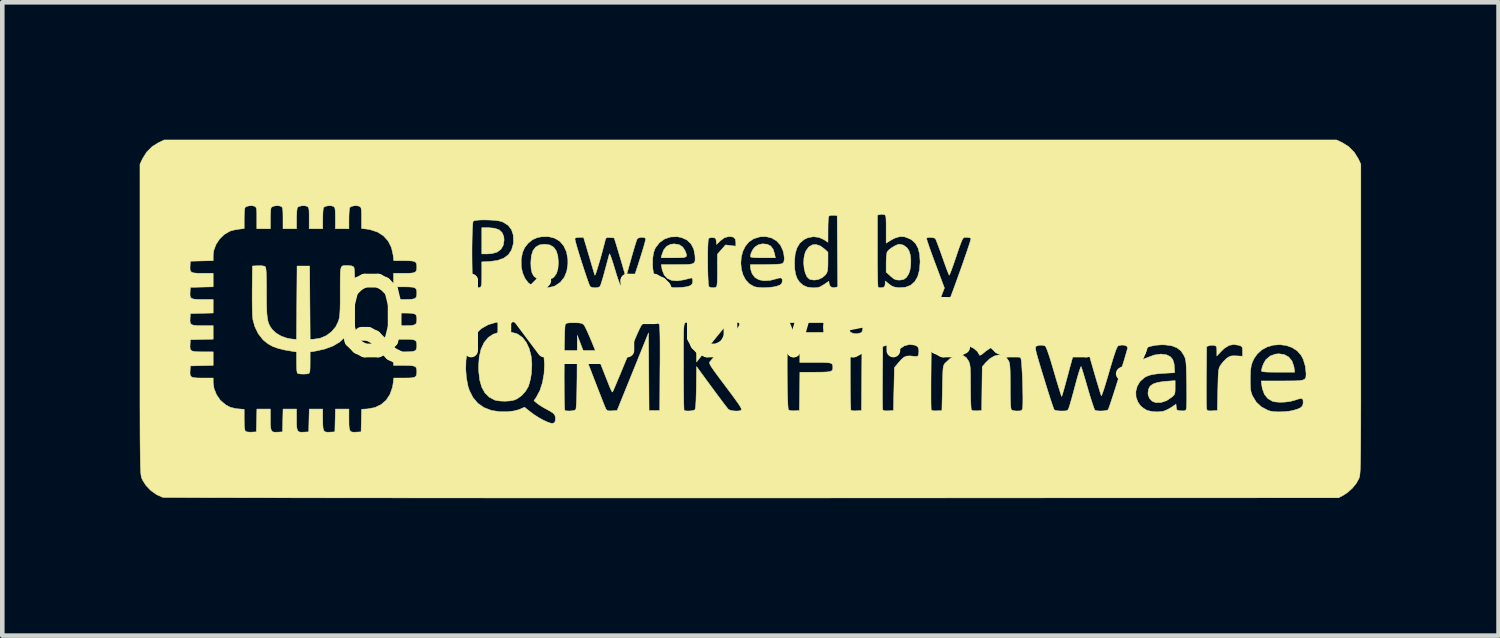
<source format=kicad_pcb>
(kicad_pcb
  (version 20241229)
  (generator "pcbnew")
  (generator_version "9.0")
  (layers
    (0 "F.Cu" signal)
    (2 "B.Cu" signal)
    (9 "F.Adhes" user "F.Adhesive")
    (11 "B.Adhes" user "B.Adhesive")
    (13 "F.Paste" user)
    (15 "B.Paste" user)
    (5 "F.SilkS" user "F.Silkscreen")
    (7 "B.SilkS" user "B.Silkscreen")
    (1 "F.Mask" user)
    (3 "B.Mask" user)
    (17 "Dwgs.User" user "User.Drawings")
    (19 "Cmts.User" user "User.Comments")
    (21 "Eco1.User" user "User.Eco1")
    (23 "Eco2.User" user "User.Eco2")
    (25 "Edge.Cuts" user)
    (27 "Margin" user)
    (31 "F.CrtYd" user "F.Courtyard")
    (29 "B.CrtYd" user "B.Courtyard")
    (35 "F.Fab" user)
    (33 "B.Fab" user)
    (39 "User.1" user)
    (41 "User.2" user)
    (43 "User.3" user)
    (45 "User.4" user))
  (footprint "QMK_PoweredBy"
    (layer "F.Cu")
    (at 13.329 3.91)
    (property "Reference" "QMK_PoweredBy" (at 0 0 0) (layer "F.SilkS") (effects (font (size 1.524 1.524) (thickness 0.3))))
    (attr exclude_from_pos_files exclude_from_bom)
    (fp_poly (pts (xy -5.581 -1.978) (xy -5.483 -1.943) (xy -5.418 -1.882) (xy -5.383 -1.796) (xy -5.376 -1.721) (xy -5.394 -1.608) (xy -5.444 -1.52) (xy -5.527 -1.458) (xy -5.64 -1.425) (xy -5.731 -1.418) (xy -5.863 -1.418) (xy -5.863 -1.99) (xy -5.714 -1.99) (xy -5.581 -1.978)) (stroke (width 0.01) (type solid)) (fill yes) (layer "F.SilkS"))
    (fp_poly (pts (xy -1.557 -1.62) (xy -1.478 -1.569) (xy -1.427 -1.491) (xy -1.403 -1.43) (xy -1.393 -1.387) (xy -1.402 -1.36) (xy -1.436 -1.343) (xy -1.499 -1.336) (xy -1.596 -1.334) (xy -1.673 -1.333) (xy -1.948 -1.333) (xy -1.934 -1.392) (xy -1.892 -1.506) (xy -1.828 -1.584) (xy -1.742 -1.627) (xy -1.662 -1.637) (xy -1.557 -1.62)) (stroke (width 0.01) (type solid)) (fill yes) (layer "F.SilkS"))
    (fp_poly (pts (xy 0.364 -1.629) (xy 0.365 -1.629) (xy 0.443 -1.59) (xy 0.497 -1.52) (xy 0.529 -1.417) (xy 0.545 -1.333) (xy 0.272 -1.333) (xy 0.158 -1.334) (xy 0.079 -1.337) (xy 0.031 -1.343) (xy 0.006 -1.352) (xy 0 -1.364) (xy 0.013 -1.429) (xy 0.048 -1.503) (xy 0.09 -1.561) (xy 0.166 -1.614) (xy 0.262 -1.638) (xy 0.364 -1.629)) (stroke (width 0.01) (type solid)) (fill yes) (layer "F.SilkS"))
    (fp_poly (pts (xy 9.271 1.498) (xy 9.27 1.577) (xy 9.263 1.628) (xy 9.247 1.662) (xy 9.217 1.692) (xy 9.205 1.703) (xy 9.082 1.786) (xy 8.96 1.826) (xy 8.844 1.827) (xy 8.767 1.795) (xy 8.709 1.733) (xy 8.68 1.65) (xy 8.678 1.621) (xy 8.689 1.536) (xy 8.724 1.47) (xy 8.787 1.422) (xy 8.882 1.389) (xy 9.012 1.368) (xy 9.08 1.362) (xy 9.271 1.348) (xy 9.271 1.498)) (stroke (width 0.01) (type solid)) (fill yes) (layer "F.SilkS"))
    (fp_poly (pts (xy 11.655 0.78) (xy 11.75 0.833) (xy 11.82 0.918) (xy 11.861 1.033) (xy 11.867 1.066) (xy 11.88 1.164) (xy 11.518 1.164) (xy 11.378 1.163) (xy 11.277 1.161) (xy 11.209 1.156) (xy 11.17 1.149) (xy 11.155 1.14) (xy 11.155 1.138) (xy 11.168 1.062) (xy 11.201 0.976) (xy 11.245 0.9) (xy 11.255 0.887) (xy 11.346 0.81) (xy 11.459 0.769) (xy 11.537 0.762) (xy 11.655 0.78)) (stroke (width 0.01) (type solid)) (fill yes) (layer "F.SilkS"))
    (fp_poly (pts (xy -4.381 -1.614) (xy -4.297 -1.567) (xy -4.238 -1.487) (xy -4.203 -1.373) (xy -4.191 -1.231) (xy -4.201 -1.095) (xy -4.232 -0.991) (xy -4.285 -0.916) (xy -4.315 -0.892) (xy -4.398 -0.853) (xy -4.492 -0.837) (xy -4.573 -0.846) (xy -4.663 -0.882) (xy -4.726 -0.931) (xy -4.766 -1.001) (xy -4.787 -1.099) (xy -4.793 -1.228) (xy -4.781 -1.375) (xy -4.746 -1.488) (xy -4.686 -1.568) (xy -4.601 -1.615) (xy -4.492 -1.63) (xy -4.381 -1.614)) (stroke (width 0.01) (type solid)) (fill yes) (layer "F.SilkS"))
    (fp_poly (pts (xy 1.527 -1.591) (xy 1.61 -1.531) (xy 1.693 -1.456) (xy 1.693 -1.241) (xy 1.691 -1.133) (xy 1.684 -1.056) (xy 1.667 -1.002) (xy 1.638 -0.96) (xy 1.592 -0.919) (xy 1.564 -0.898) (xy 1.487 -0.861) (xy 1.397 -0.847) (xy 1.314 -0.857) (xy 1.284 -0.871) (xy 1.234 -0.921) (xy 1.197 -1.003) (xy 1.173 -1.105) (xy 1.163 -1.218) (xy 1.169 -1.331) (xy 1.192 -1.434) (xy 1.212 -1.482) (xy 1.273 -1.568) (xy 1.349 -1.615) (xy 1.434 -1.623) (xy 1.527 -1.591)) (stroke (width 0.01) (type solid)) (fill yes) (layer "F.SilkS"))
    (fp_poly (pts (xy 3.34 -1.61) (xy 3.415 -1.555) (xy 3.462 -1.488) (xy 3.49 -1.396) (xy 3.502 -1.282) (xy 3.498 -1.161) (xy 3.48 -1.05) (xy 3.454 -0.98) (xy 3.406 -0.905) (xy 3.35 -0.863) (xy 3.275 -0.848) (xy 3.239 -0.847) (xy 3.182 -0.852) (xy 3.133 -0.873) (xy 3.077 -0.917) (xy 3.058 -0.934) (xy 2.963 -1.021) (xy 2.963 -1.221) (xy 2.966 -1.314) (xy 2.972 -1.393) (xy 2.981 -1.449) (xy 2.986 -1.463) (xy 3.022 -1.505) (xy 3.083 -1.552) (xy 3.153 -1.594) (xy 3.218 -1.623) (xy 3.254 -1.63) (xy 3.34 -1.61)) (stroke (width 0.01) (type solid)) (fill yes) (layer "F.SilkS"))
    (fp_poly (pts (xy -5.233 0.29) (xy -5.111 0.319) (xy -5.077 0.334) (xy -4.973 0.408) (xy -4.89 0.516) (xy -4.827 0.652) (xy -4.786 0.812) (xy -4.77 0.992) (xy -4.78 1.187) (xy -4.782 1.201) (xy -4.798 1.3) (xy -4.822 1.399) (xy -4.847 1.476) (xy -4.85 1.482) (xy -4.91 1.583) (xy -4.994 1.675) (xy -5.091 1.744) (xy -5.161 1.774) (xy -5.247 1.79) (xy -5.352 1.797) (xy -5.46 1.793) (xy -5.551 1.78) (xy -5.583 1.771) (xy -5.701 1.708) (xy -5.795 1.615) (xy -5.864 1.49) (xy -5.909 1.332) (xy -5.93 1.14) (xy -5.933 1.038) (xy -5.919 0.834) (xy -5.879 0.66) (xy -5.813 0.517) (xy -5.722 0.407) (xy -5.616 0.336) (xy -5.502 0.298) (xy -5.369 0.283) (xy -5.233 0.29)) (stroke (width 0.01) (type solid)) (fill yes) (layer "F.SilkS"))
    (fp_poly (pts (xy -8.785 -1.164) (xy -8.706 -1.157) (xy -8.66 -1.135) (xy -8.657 -1.132) (xy -8.648 -1.1) (xy -8.642 -1.032) (xy -8.638 -0.935) (xy -8.636 -0.817) (xy -8.637 -0.684) (xy -8.64 -0.542) (xy -8.644 -0.399) (xy -8.651 -0.261) (xy -8.658 -0.136) (xy -8.667 -0.03) (xy -8.678 0.051) (xy -8.687 0.093) (xy -8.756 0.258) (xy -8.848 0.395) (xy -8.966 0.506) (xy -9.113 0.593) (xy -9.293 0.659) (xy -9.508 0.706) (xy -9.53 0.709) (xy -9.61 0.722) (xy -9.61 0.951) (xy -9.611 1.056) (xy -9.614 1.125) (xy -9.622 1.167) (xy -9.634 1.188) (xy -9.643 1.194) (xy -9.689 1.202) (xy -9.756 1.205) (xy -9.825 1.202) (xy -9.875 1.194) (xy -9.88 1.192) (xy -9.893 1.172) (xy -9.901 1.12) (xy -9.905 1.033) (xy -9.906 0.952) (xy -9.906 0.722) (xy -9.985 0.71) (xy -10.166 0.679) (xy -10.311 0.643) (xy -10.43 0.6) (xy -10.528 0.545) (xy -10.615 0.476) (xy -10.642 0.451) (xy -10.742 0.323) (xy -10.817 0.169) (xy -10.859 0.017) (xy -10.865 -0.037) (xy -10.87 -0.126) (xy -10.873 -0.243) (xy -10.875 -0.38) (xy -10.875 -0.53) (xy -10.875 -0.626) (xy -10.869 -1.154) (xy -10.746 -1.16) (xy -10.667 -1.159) (xy -10.609 -1.15) (xy -10.592 -1.142) (xy -10.583 -1.127) (xy -10.575 -1.096) (xy -10.57 -1.046) (xy -10.566 -0.971) (xy -10.564 -0.868) (xy -10.562 -0.73) (xy -10.562 -0.58) (xy -10.562 -0.393) (xy -10.559 -0.242) (xy -10.554 -0.122) (xy -10.544 -0.028) (xy -10.531 0.047) (xy -10.512 0.107) (xy -10.486 0.16) (xy -10.453 0.209) (xy -10.432 0.237) (xy -10.35 0.313) (xy -10.24 0.377) (xy -10.116 0.421) (xy -10.025 0.438) (xy -9.907 0.45) (xy -9.895 -1.154) (xy -9.62 -1.154) (xy -9.615 -0.355) (xy -9.609 0.445) (xy -9.539 0.445) (xy -9.395 0.424) (xy -9.26 0.368) (xy -9.142 0.28) (xy -9.048 0.168) (xy -8.996 0.059) (xy -8.982 0.017) (xy -8.972 -0.026) (xy -8.965 -0.078) (xy -8.96 -0.143) (xy -8.956 -0.229) (xy -8.954 -0.341) (xy -8.954 -0.485) (xy -8.954 -0.6) (xy -8.954 -0.77) (xy -8.953 -0.901) (xy -8.951 -1) (xy -8.945 -1.07) (xy -8.934 -1.117) (xy -8.917 -1.146) (xy -8.893 -1.16) (xy -8.859 -1.164) (xy -8.815 -1.164) (xy -8.785 -1.164)) (stroke (width 0.01) (type solid)) (fill yes) (layer "F.SilkS"))
    (fp_poly (pts (xy 12.915 -3.849) (xy 13.059 -3.759) (xy 13.18 -3.637) (xy 13.268 -3.496) (xy 13.324 -3.376) (xy 13.324 0) (xy 13.324 0.443) (xy 13.324 0.845) (xy 13.324 1.209) (xy 13.324 1.536) (xy 13.324 1.83) (xy 13.323 2.091) (xy 13.323 2.321) (xy 13.322 2.523) (xy 13.321 2.699) (xy 13.32 2.85) (xy 13.318 2.979) (xy 13.317 3.088) (xy 13.315 3.178) (xy 13.312 3.252) (xy 13.31 3.312) (xy 13.306 3.359) (xy 13.303 3.396) (xy 13.299 3.424) (xy 13.295 3.446) (xy 13.29 3.463) (xy 13.285 3.478) (xy 13.284 3.481) (xy 13.226 3.588) (xy 13.139 3.695) (xy 13.035 3.789) (xy 12.944 3.849) (xy 12.838 3.905) (xy 0.032 3.909) (xy -0.703 3.909) (xy -1.428 3.909) (xy -2.141 3.909) (xy -2.841 3.909) (xy -3.527 3.909) (xy -4.198 3.909) (xy -4.853 3.909) (xy -5.491 3.909) (xy -6.11 3.908) (xy -6.71 3.908) (xy -7.289 3.908) (xy -7.845 3.907) (xy -8.379 3.907) (xy -8.888 3.907) (xy -9.372 3.906) (xy -9.83 3.906) (xy -10.259 3.905) (xy -10.66 3.904) (xy -11.03 3.904) (xy -11.369 3.903) (xy -11.676 3.902) (xy -11.949 3.902) (xy -12.188 3.901) (xy -12.39 3.9) (xy -12.556 3.899) (xy -12.683 3.898) (xy -12.771 3.898) (xy -12.819 3.897) (xy -12.827 3.896) (xy -12.961 3.836) (xy -13.087 3.747) (xy -13.193 3.636) (xy -13.27 3.514) (xy -13.284 3.481) (xy -13.289 3.467) (xy -13.294 3.45) (xy -13.298 3.429) (xy -13.302 3.402) (xy -13.306 3.367) (xy -13.309 3.323) (xy -13.312 3.266) (xy -13.314 3.195) (xy -13.316 3.109) (xy -13.318 3.004) (xy -13.319 2.88) (xy -13.321 2.733) (xy -13.322 2.563) (xy -13.323 2.366) (xy -13.323 2.142) (xy -13.324 1.888) (xy -13.324 1.601) (xy -13.324 1.281) (xy -13.324 0.925) (xy -13.324 0.531) (xy -13.324 0.097) (xy -13.324 -1.092) (xy -12.232 -1.092) (xy -12.223 -1.047) (xy -12.197 -1.018) (xy -12.148 -1.003) (xy -12.069 -0.996) (xy -11.957 -0.995) (xy -11.726 -0.995) (xy -11.726 -0.7) (xy -11.975 -0.694) (xy -12.224 -0.688) (xy -12.23 -0.586) (xy -12.232 -0.52) (xy -12.223 -0.475) (xy -12.197 -0.447) (xy -12.148 -0.431) (xy -12.069 -0.425) (xy -11.957 -0.423) (xy -11.726 -0.423) (xy -11.726 -0.128) (xy -11.975 -0.122) (xy -12.224 -0.116) (xy -12.23 -0.014) (xy -12.232 0.051) (xy -12.223 0.096) (xy -12.197 0.125) (xy -12.148 0.14) (xy -12.069 0.147) (xy -11.957 0.148) (xy -11.726 0.148) (xy -11.726 0.443) (xy -11.975 0.449) (xy -12.224 0.455) (xy -12.23 0.557) (xy -12.232 0.623) (xy -12.223 0.668) (xy -12.197 0.696) (xy -12.148 0.712) (xy -12.069 0.718) (xy -11.957 0.72) (xy -11.726 0.72) (xy -11.726 1.015) (xy -11.975 1.021) (xy -12.224 1.027) (xy -12.23 1.129) (xy -12.232 1.194) (xy -12.223 1.239) (xy -12.197 1.268) (xy -12.148 1.283) (xy -12.069 1.29) (xy -11.957 1.291) (xy -11.726 1.291) (xy -11.726 1.386) (xy -11.707 1.521) (xy -11.654 1.654) (xy -11.575 1.769) (xy -11.552 1.792) (xy -11.451 1.877) (xy -11.351 1.93) (xy -11.236 1.958) (xy -11.182 1.964) (xy -11.049 1.974) (xy -11.049 2.2) (xy -11.046 2.324) (xy -11.038 2.407) (xy -11.025 2.449) (xy -11.023 2.452) (xy -10.983 2.468) (xy -10.914 2.473) (xy -10.89 2.472) (xy -10.784 2.466) (xy -10.778 2.217) (xy -10.772 1.968) (xy -10.477 1.968) (xy -10.477 2.199) (xy -10.476 2.313) (xy -10.469 2.391) (xy -10.453 2.44) (xy -10.425 2.466) (xy -10.379 2.474) (xy -10.315 2.472) (xy -10.213 2.466) (xy -10.207 2.217) (xy -10.201 1.968) (xy -9.906 1.968) (xy -9.906 2.199) (xy -9.905 2.313) (xy -9.898 2.391) (xy -9.882 2.44) (xy -9.853 2.466) (xy -9.808 2.474) (xy -9.744 2.472) (xy -9.641 2.466) (xy -9.635 2.217) (xy -9.629 1.968) (xy -9.335 1.968) (xy -9.335 2.199) (xy -9.333 2.313) (xy -9.326 2.391) (xy -9.31 2.44) (xy -9.282 2.466) (xy -9.236 2.474) (xy -9.172 2.472) (xy -9.07 2.466) (xy -9.064 2.217) (xy -9.058 1.968) (xy -8.763 1.968) (xy -8.763 2.199) (xy -8.762 2.313) (xy -8.755 2.391) (xy -8.739 2.44) (xy -8.71 2.466) (xy -8.665 2.474) (xy -8.601 2.472) (xy -8.498 2.466) (xy -8.492 2.22) (xy -8.487 1.973) (xy -8.355 1.965) (xy -8.197 1.935) (xy -8.061 1.871) (xy -7.95 1.775) (xy -7.867 1.648) (xy -7.813 1.495) (xy -7.799 1.413) (xy -7.784 1.291) (xy -7.555 1.291) (xy -7.443 1.29) (xy -7.366 1.283) (xy -7.318 1.267) (xy -7.293 1.239) (xy -7.283 1.195) (xy -7.281 1.154) (xy -7.284 1.098) (xy -6.213 1.098) (xy -6.199 1.288) (xy -6.165 1.465) (xy -6.136 1.557) (xy -6.057 1.715) (xy -5.95 1.842) (xy -5.815 1.936) (xy -5.655 1.998) (xy -5.468 2.027) (xy -5.305 2.027) (xy -5.171 2.011) (xy -5.06 1.984) (xy -5.03 1.972) (xy -4.93 1.928) (xy -4.802 2.031) (xy -4.712 2.097) (xy -4.614 2.159) (xy -4.515 2.213) (xy -4.425 2.254) (xy -4.353 2.278) (xy -4.318 2.281) (xy -4.277 2.266) (xy -4.259 2.225) (xy -4.258 2.215) (xy -4.256 2.149) (xy -4.27 2.099) (xy -4.308 2.056) (xy -4.376 2.012) (xy -4.428 1.984) (xy -4.512 1.938) (xy -4.591 1.89) (xy -4.648 1.849) (xy -4.654 1.845) (xy -4.724 1.786) (xy -4.67 1.706) (xy -4.594 1.563) (xy -4.538 1.39) (xy -4.514 1.253) (xy -4.065 1.253) (xy -4.064 1.419) (xy -4.064 1.574) (xy -4.062 1.713) (xy -4.06 1.83) (xy -4.057 1.92) (xy -4.054 1.977) (xy -4.05 1.997) (xy -4.016 2.008) (xy -3.958 2.011) (xy -3.893 2.007) (xy -3.838 1.996) (xy -3.813 1.983) (xy -3.806 1.955) (xy -3.8 1.891) (xy -3.795 1.789) (xy -3.79 1.648) (xy -3.787 1.467) (xy -3.784 1.245) (xy -3.784 1.157) (xy -3.778 0.36) (xy -3.483 1.127) (xy -3.417 1.3) (xy -3.354 1.462) (xy -3.297 1.609) (xy -3.247 1.736) (xy -3.207 1.839) (xy -3.177 1.912) (xy -3.161 1.951) (xy -3.16 1.954) (xy -3.139 1.988) (xy -3.112 2.005) (xy -3.066 2.009) (xy -3.02 2.007) (xy -2.91 2) (xy -2.567 1.154) (xy -2.224 0.307) (xy -2.218 1.154) (xy -2.212 2) (xy -1.979 2) (xy -1.974 1.071) (xy -1.973 1.016) (xy -1.46 1.016) (xy -1.46 1.045) (xy -1.46 1.24) (xy -1.459 1.422) (xy -1.458 1.587) (xy -1.456 1.73) (xy -1.454 1.846) (xy -1.451 1.933) (xy -1.449 1.984) (xy -1.446 1.997) (xy -1.413 2.008) (xy -1.355 2.011) (xy -1.29 2.007) (xy -1.235 1.996) (xy -1.21 1.983) (xy -1.201 1.95) (xy -1.193 1.878) (xy -1.187 1.767) (xy -1.183 1.62) (xy -1.18 1.498) (xy -1.175 1.041) (xy -0.847 1.489) (xy -0.757 1.611) (xy -0.673 1.723) (xy -0.6 1.821) (xy -0.541 1.898) (xy -0.5 1.951) (xy -0.482 1.973) (xy -0.442 1.994) (xy -0.381 2.007) (xy -0.311 2.012) (xy -0.248 2.009) (xy -0.207 1.996) (xy -0.201 1.99) (xy -0.197 1.978) (xy -0.199 1.96) (xy -0.211 1.934) (xy -0.234 1.894) (xy -0.271 1.839) (xy -0.325 1.764) (xy -0.397 1.665) (xy -0.491 1.539) (xy -0.577 1.424) (xy -0.679 1.288) (xy -0.758 1.181) (xy -0.816 1.1) (xy -0.856 1.041) (xy -0.88 0.999) (xy -0.892 0.97) (xy -0.893 0.953) (xy 0.803 0.953) (xy 0.803 1.125) (xy 0.804 1.296) (xy 0.806 1.46) (xy 0.809 1.61) (xy 0.813 1.743) (xy 0.817 1.852) (xy 0.822 1.932) (xy 0.828 1.978) (xy 0.831 1.986) (xy 0.87 2.002) (xy 0.939 2.007) (xy 0.963 2.006) (xy 1.069 2) (xy 1.075 1.582) (xy 1.08 1.164) (xy 1.414 1.164) (xy 1.551 1.163) (xy 1.651 1.16) (xy 1.72 1.153) (xy 1.764 1.14) (xy 1.788 1.121) (xy 1.798 1.093) (xy 1.799 1.066) (xy 1.798 1.026) (xy 1.791 0.996) (xy 1.773 0.976) (xy 1.737 0.963) (xy 1.678 0.956) (xy 1.59 0.953) (xy 1.467 0.953) (xy 1.426 0.953) (xy 1.079 0.953) (xy 1.079 0.613) (xy 2.18 0.613) (xy 2.18 1.298) (xy 2.181 1.464) (xy 2.182 1.617) (xy 2.184 1.751) (xy 2.186 1.86) (xy 2.19 1.941) (xy 2.193 1.988) (xy 2.195 1.998) (xy 2.223 2.005) (xy 2.279 2.008) (xy 2.317 2.006) (xy 2.424 2) (xy 2.427 1.6) (xy 2.882 1.6) (xy 2.883 1.734) (xy 2.884 1.845) (xy 2.885 1.928) (xy 2.887 1.976) (xy 2.889 1.985) (xy 2.914 2.003) (xy 2.974 2.008) (xy 3.011 2.007) (xy 3.122 2) (xy 3.131 1.6) (xy 3.941 1.6) (xy 3.941 1.734) (xy 3.942 1.845) (xy 3.944 1.928) (xy 3.946 1.976) (xy 3.947 1.985) (xy 3.972 2.003) (xy 4.033 2.008) (xy 4.069 2.007) (xy 4.18 2) (xy 4.191 1.51) (xy 4.194 1.353) (xy 4.198 1.234) (xy 4.201 1.145) (xy 4.206 1.082) (xy 4.213 1.038) (xy 4.222 1.008) (xy 4.234 0.986) (xy 4.249 0.967) (xy 4.255 0.962) (xy 4.359 0.866) (xy 4.461 0.806) (xy 4.556 0.783) (xy 4.641 0.797) (xy 4.713 0.847) (xy 4.762 0.92) (xy 4.776 0.952) (xy 4.787 0.987) (xy 4.794 1.031) (xy 4.8 1.091) (xy 4.803 1.172) (xy 4.804 1.28) (xy 4.805 1.423) (xy 4.805 1.483) (xy 4.806 1.622) (xy 4.808 1.747) (xy 4.812 1.852) (xy 4.816 1.931) (xy 4.821 1.977) (xy 4.823 1.986) (xy 4.859 2.004) (xy 4.934 2.007) (xy 4.944 2.007) (xy 5.048 2) (xy 5.06 1.044) (xy 5.136 0.955) (xy 5.229 0.867) (xy 5.326 0.81) (xy 5.421 0.787) (xy 5.509 0.798) (xy 5.584 0.842) (xy 5.638 0.918) (xy 5.65 0.948) (xy 5.658 0.989) (xy 5.665 1.045) (xy 5.669 1.122) (xy 5.671 1.227) (xy 5.672 1.364) (xy 5.673 1.475) (xy 5.673 1.648) (xy 5.676 1.782) (xy 5.68 1.88) (xy 5.686 1.945) (xy 5.694 1.979) (xy 5.698 1.985) (xy 5.733 2.001) (xy 5.793 2.01) (xy 5.825 2.011) (xy 5.887 2.008) (xy 5.92 1.997) (xy 5.935 1.971) (xy 5.94 1.956) (xy 5.945 1.911) (xy 5.947 1.831) (xy 5.948 1.725) (xy 5.946 1.601) (xy 5.943 1.465) (xy 5.939 1.327) (xy 5.933 1.193) (xy 5.926 1.071) (xy 5.919 0.97) (xy 5.911 0.897) (xy 5.904 0.863) (xy 5.843 0.742) (xy 5.753 0.65) (xy 5.702 0.624) (xy 6.223 0.624) (xy 6.223 0.65) (xy 6.23 0.691) (xy 6.244 0.75) (xy 6.267 0.833) (xy 6.299 0.942) (xy 6.341 1.083) (xy 6.395 1.26) (xy 6.405 1.291) (xy 6.455 1.453) (xy 6.501 1.601) (xy 6.543 1.733) (xy 6.579 1.842) (xy 6.607 1.923) (xy 6.625 1.972) (xy 6.63 1.984) (xy 6.665 2) (xy 6.733 2.009) (xy 6.788 2.011) (xy 6.862 2.01) (xy 6.905 2.004) (xy 6.929 1.987) (xy 6.946 1.956) (xy 6.951 1.942) (xy 6.965 1.901) (xy 6.987 1.826) (xy 7.016 1.725) (xy 7.049 1.605) (xy 7.084 1.474) (xy 7.092 1.444) (xy 7.126 1.318) (xy 7.157 1.209) (xy 7.184 1.123) (xy 7.204 1.065) (xy 7.217 1.041) (xy 7.219 1.041) (xy 7.229 1.069) (xy 7.249 1.131) (xy 7.276 1.221) (xy 7.31 1.334) (xy 7.347 1.462) (xy 7.365 1.524) (xy 7.404 1.656) (xy 7.441 1.775) (xy 7.474 1.874) (xy 7.499 1.947) (xy 7.517 1.988) (xy 7.521 1.995) (xy 7.563 2.006) (xy 7.627 2.011) (xy 7.698 2.009) (xy 7.762 2) (xy 7.803 1.987) (xy 7.807 1.983) (xy 7.819 1.957) (xy 7.841 1.896) (xy 7.871 1.807) (xy 7.908 1.695) (xy 7.944 1.585) (xy 8.413 1.585) (xy 8.417 1.703) (xy 8.458 1.816) (xy 8.516 1.897) (xy 8.578 1.95) (xy 8.649 1.992) (xy 8.668 2) (xy 8.772 2.024) (xy 8.889 2.03) (xy 8.999 2.019) (xy 9.04 2.007) (xy 9.102 1.98) (xy 9.174 1.94) (xy 9.201 1.923) (xy 9.289 1.862) (xy 9.296 1.931) (xy 9.303 1.973) (xy 9.321 1.994) (xy 9.362 2.004) (xy 9.403 2.007) (xy 9.464 2.008) (xy 9.496 2) (xy 9.511 1.976) (xy 9.516 1.959) (xy 9.52 1.922) (xy 9.522 1.851) (xy 9.524 1.75) (xy 9.524 1.627) (xy 9.523 1.577) (xy 9.952 1.577) (xy 9.952 1.712) (xy 9.953 1.824) (xy 9.955 1.907) (xy 9.958 1.956) (xy 9.959 1.964) (xy 9.97 1.993) (xy 9.993 2.006) (xy 10.04 2.009) (xy 10.081 2.007) (xy 10.192 2) (xy 10.202 1.544) (xy 10.206 1.393) (xy 10.208 1.312) (xy 10.911 1.312) (xy 10.912 1.428) (xy 10.916 1.512) (xy 10.924 1.575) (xy 10.937 1.626) (xy 10.957 1.676) (xy 10.96 1.683) (xy 11.043 1.818) (xy 11.155 1.922) (xy 11.296 1.996) (xy 11.345 2.012) (xy 11.418 2.025) (xy 11.517 2.03) (xy 11.629 2.027) (xy 11.739 2.018) (xy 11.833 2.002) (xy 11.844 1.999) (xy 11.944 1.969) (xy 12.01 1.939) (xy 12.047 1.903) (xy 12.063 1.855) (xy 12.065 1.82) (xy 12.062 1.771) (xy 12.047 1.744) (xy 12.014 1.738) (xy 11.956 1.751) (xy 11.874 1.778) (xy 11.78 1.802) (xy 11.669 1.816) (xy 11.556 1.82) (xy 11.456 1.812) (xy 11.394 1.798) (xy 11.293 1.738) (xy 11.22 1.647) (xy 11.174 1.523) (xy 11.164 1.464) (xy 11.149 1.355) (xy 11.606 1.355) (xy 11.768 1.354) (xy 11.892 1.353) (xy 11.984 1.348) (xy 12.048 1.338) (xy 12.09 1.322) (xy 12.114 1.299) (xy 12.125 1.267) (xy 12.128 1.224) (xy 12.129 1.195) (xy 12.113 1.036) (xy 12.069 0.888) (xy 12.023 0.798) (xy 11.936 0.698) (xy 11.825 0.626) (xy 11.696 0.581) (xy 11.557 0.563) (xy 11.417 0.573) (xy 11.283 0.611) (xy 11.162 0.676) (xy 11.062 0.769) (xy 11.055 0.778) (xy 10.998 0.859) (xy 10.958 0.937) (xy 10.932 1.021) (xy 10.917 1.122) (xy 10.912 1.251) (xy 10.911 1.312) (xy 10.208 1.312) (xy 10.209 1.279) (xy 10.213 1.195) (xy 10.219 1.134) (xy 10.227 1.09) (xy 10.237 1.057) (xy 10.252 1.029) (xy 10.27 1) (xy 10.323 0.933) (xy 10.384 0.872) (xy 10.402 0.857) (xy 10.449 0.826) (xy 10.494 0.81) (xy 10.554 0.806) (xy 10.609 0.808) (xy 10.742 0.815) (xy 10.742 0.709) (xy 10.741 0.646) (xy 10.73 0.611) (xy 10.701 0.591) (xy 10.654 0.575) (xy 10.547 0.559) (xy 10.446 0.58) (xy 10.347 0.641) (xy 10.282 0.703) (xy 10.181 0.809) (xy 10.181 0.701) (xy 10.179 0.637) (xy 10.169 0.602) (xy 10.146 0.586) (xy 10.125 0.579) (xy 10.061 0.576) (xy 10.014 0.585) (xy 9.959 0.604) (xy 9.953 1.26) (xy 9.952 1.424) (xy 9.952 1.577) (xy 9.523 1.577) (xy 9.523 1.488) (xy 9.522 1.402) (xy 9.519 1.242) (xy 9.516 1.118) (xy 9.512 1.024) (xy 9.507 0.955) (xy 9.5 0.903) (xy 9.491 0.863) (xy 9.478 0.829) (xy 9.464 0.799) (xy 9.4 0.701) (xy 9.313 0.632) (xy 9.2 0.588) (xy 9.057 0.568) (xy 8.974 0.566) (xy 8.84 0.576) (xy 8.72 0.602) (xy 8.618 0.641) (xy 8.539 0.689) (xy 8.487 0.744) (xy 8.468 0.804) (xy 8.486 0.864) (xy 8.493 0.873) (xy 8.51 0.89) (xy 8.534 0.894) (xy 8.573 0.883) (xy 8.639 0.855) (xy 8.663 0.845) (xy 8.822 0.788) (xy 8.961 0.768) (xy 9.08 0.784) (xy 9.089 0.787) (xy 9.168 0.827) (xy 9.219 0.888) (xy 9.247 0.976) (xy 9.254 1.048) (xy 9.26 1.175) (xy 9.028 1.188) (xy 8.886 1.199) (xy 8.778 1.214) (xy 8.696 1.235) (xy 8.629 1.264) (xy 8.603 1.28) (xy 8.506 1.365) (xy 8.443 1.469) (xy 8.413 1.585) (xy 7.944 1.585) (xy 7.95 1.566) (xy 7.994 1.426) (xy 8.04 1.281) (xy 8.085 1.137) (xy 8.127 1.001) (xy 8.165 0.877) (xy 8.196 0.771) (xy 8.219 0.691) (xy 8.232 0.641) (xy 8.234 0.628) (xy 8.215 0.596) (xy 8.169 0.576) (xy 8.108 0.571) (xy 8.046 0.582) (xy 8.024 0.591) (xy 8.008 0.613) (xy 7.984 0.665) (xy 7.954 0.75) (xy 7.915 0.87) (xy 7.868 1.026) (xy 7.831 1.152) (xy 7.789 1.295) (xy 7.751 1.422) (xy 7.717 1.53) (xy 7.689 1.611) (xy 7.67 1.662) (xy 7.66 1.678) (xy 7.66 1.678) (xy 7.651 1.654) (xy 7.631 1.595) (xy 7.604 1.506) (xy 7.57 1.393) (xy 7.531 1.262) (xy 7.492 1.127) (xy 7.338 0.593) (xy 7.269 0.58) (xy 7.184 0.577) (xy 7.121 0.6) (xy 7.094 0.631) (xy 7.084 0.661) (xy 7.065 0.725) (xy 7.039 0.819) (xy 7.007 0.936) (xy 6.97 1.069) (xy 6.941 1.18) (xy 6.903 1.32) (xy 6.869 1.446) (xy 6.839 1.551) (xy 6.816 1.631) (xy 6.8 1.68) (xy 6.794 1.693) (xy 6.786 1.674) (xy 6.767 1.619) (xy 6.741 1.534) (xy 6.707 1.424) (xy 6.668 1.295) (xy 6.626 1.152) (xy 6.572 0.968) (xy 6.527 0.823) (xy 6.49 0.714) (xy 6.462 0.641) (xy 6.441 0.6) (xy 6.432 0.591) (xy 6.368 0.574) (xy 6.295 0.576) (xy 6.237 0.598) (xy 6.228 0.608) (xy 6.223 0.624) (xy 5.702 0.624) (xy 5.638 0.591) (xy 5.501 0.566) (xy 5.482 0.566) (xy 5.371 0.578) (xy 5.263 0.621) (xy 5.148 0.696) (xy 5.086 0.748) (xy 5.036 0.786) (xy 5.006 0.795) (xy 5.001 0.79) (xy 4.954 0.711) (xy 4.876 0.644) (xy 4.775 0.594) (xy 4.663 0.568) (xy 4.614 0.565) (xy 4.515 0.574) (xy 4.423 0.604) (xy 4.327 0.662) (xy 4.26 0.713) (xy 4.17 0.786) (xy 4.17 0.69) (xy 4.167 0.629) (xy 4.155 0.598) (xy 4.125 0.583) (xy 4.114 0.579) (xy 4.05 0.576) (xy 4.003 0.585) (xy 3.948 0.604) (xy 3.942 1.281) (xy 3.941 1.447) (xy 3.941 1.6) (xy 3.131 1.6) (xy 3.133 1.533) (xy 3.143 1.065) (xy 3.225 0.965) (xy 3.294 0.887) (xy 3.351 0.838) (xy 3.407 0.813) (xy 3.474 0.808) (xy 3.533 0.813) (xy 3.602 0.82) (xy 3.641 0.818) (xy 3.66 0.804) (xy 3.67 0.775) (xy 3.671 0.771) (xy 3.677 0.706) (xy 3.672 0.654) (xy 3.653 0.61) (xy 3.613 0.583) (xy 3.576 0.571) (xy 3.466 0.56) (xy 3.362 0.588) (xy 3.259 0.656) (xy 3.212 0.7) (xy 3.111 0.804) (xy 3.111 0.699) (xy 3.109 0.635) (xy 3.099 0.601) (xy 3.075 0.585) (xy 3.056 0.579) (xy 2.992 0.576) (xy 2.944 0.585) (xy 2.889 0.604) (xy 2.884 1.281) (xy 2.883 1.447) (xy 2.882 1.6) (xy 2.427 1.6) (xy 2.429 1.297) (xy 2.435 0.595) (xy 2.359 0.58) (xy 2.289 0.577) (xy 2.231 0.59) (xy 2.18 0.613) (xy 1.079 0.613) (xy 1.079 0.296) (xy 1.44 0.296) (xy 1.571 0.296) (xy 1.666 0.295) (xy 1.731 0.292) (xy 1.773 0.287) (xy 1.797 0.279) (xy 1.81 0.266) (xy 1.818 0.249) (xy 1.819 0.248) (xy 1.829 0.189) (xy 1.828 0.163) (xy 2.16 0.163) (xy 2.162 0.227) (xy 2.175 0.277) (xy 2.185 0.291) (xy 2.25 0.32) (xy 2.329 0.325) (xy 2.403 0.307) (xy 2.429 0.291) (xy 2.445 0.258) (xy 2.455 0.201) (xy 2.455 0.178) (xy 2.45 0.113) (xy 2.43 0.074) (xy 2.402 0.051) (xy 2.335 0.029) (xy 2.257 0.034) (xy 2.19 0.064) (xy 2.187 0.066) (xy 2.169 0.103) (xy 2.16 0.163) (xy 1.828 0.163) (xy 1.826 0.142) (xy 1.815 0.085) (xy 0.846 0.085) (xy 0.825 0.139) (xy 0.819 0.175) (xy 0.814 0.247) (xy 0.81 0.349) (xy 0.807 0.476) (xy 0.805 0.623) (xy 0.804 0.783) (xy 0.803 0.953) (xy -0.893 0.953) (xy -0.893 0.951) (xy -0.886 0.937) (xy -0.885 0.936) (xy -0.781 0.815) (xy -0.677 0.691) (xy -0.576 0.569) (xy -0.482 0.455) (xy -0.399 0.352) (xy -0.33 0.265) (xy -0.28 0.2) (xy -0.252 0.161) (xy -0.248 0.154) (xy -0.236 0.111) (xy -0.251 0.086) (xy -0.255 0.083) (xy -0.301 0.07) (xy -0.368 0.066) (xy -0.435 0.072) (xy -0.469 0.081) (xy -0.492 0.101) (xy -0.536 0.15) (xy -0.599 0.222) (xy -0.676 0.315) (xy -0.763 0.422) (xy -0.84 0.518) (xy -1.175 0.941) (xy -1.18 0.529) (xy -1.183 0.384) (xy -1.186 0.276) (xy -1.19 0.199) (xy -1.196 0.147) (xy -1.204 0.115) (xy -1.215 0.096) (xy -1.221 0.09) (xy -1.28 0.068) (xy -1.353 0.066) (xy -1.42 0.085) (xy -1.42 0.085) (xy -1.429 0.092) (xy -1.437 0.103) (xy -1.444 0.122) (xy -1.449 0.153) (xy -1.453 0.199) (xy -1.456 0.265) (xy -1.458 0.354) (xy -1.459 0.47) (xy -1.46 0.616) (xy -1.46 0.797) (xy -1.46 1.016) (xy -1.973 1.016) (xy -1.972 0.826) (xy -1.972 0.62) (xy -1.973 0.453) (xy -1.975 0.322) (xy -1.979 0.224) (xy -1.983 0.158) (xy -1.989 0.122) (xy -1.992 0.114) (xy -2.028 0.096) (xy -2.102 0.086) (xy -2.174 0.085) (xy -2.258 0.086) (xy -2.312 0.093) (xy -2.347 0.108) (xy -2.375 0.133) (xy -2.375 0.134) (xy -2.393 0.164) (xy -2.425 0.229) (xy -2.469 0.324) (xy -2.521 0.444) (xy -2.582 0.583) (xy -2.647 0.738) (xy -2.708 0.884) (xy -2.775 1.046) (xy -2.837 1.196) (xy -2.893 1.328) (xy -2.939 1.439) (xy -2.976 1.524) (xy -3 1.579) (xy -3.009 1.598) (xy -3.022 1.587) (xy -3.045 1.544) (xy -3.073 1.48) (xy -3.074 1.477) (xy -3.096 1.423) (xy -3.13 1.336) (xy -3.175 1.222) (xy -3.228 1.088) (xy -3.286 0.941) (xy -3.347 0.786) (xy -3.356 0.762) (xy -3.42 0.604) (xy -3.479 0.46) (xy -3.532 0.337) (xy -3.577 0.238) (xy -3.611 0.168) (xy -3.632 0.133) (xy -3.633 0.132) (xy -3.663 0.108) (xy -3.7 0.094) (xy -3.754 0.087) (xy -3.838 0.085) (xy -3.851 0.085) (xy -3.938 0.086) (xy -3.992 0.091) (xy -4.023 0.103) (xy -4.04 0.123) (xy -4.042 0.126) (xy -4.046 0.154) (xy -4.05 0.219) (xy -4.054 0.316) (xy -4.057 0.438) (xy -4.06 0.581) (xy -4.062 0.739) (xy -4.063 0.907) (xy -4.064 1.08) (xy -4.065 1.253) (xy -4.514 1.253) (xy -4.504 1.199) (xy -4.494 0.998) (xy -4.507 0.823) (xy -4.549 0.616) (xy -4.618 0.441) (xy -4.714 0.299) (xy -4.837 0.189) (xy -4.987 0.112) (xy -5.164 0.068) (xy -5.345 0.056) (xy -5.546 0.075) (xy -5.723 0.127) (xy -5.875 0.213) (xy -6 0.333) (xy -6.1 0.485) (xy -6.138 0.571) (xy -6.183 0.726) (xy -6.208 0.906) (xy -6.213 1.098) (xy -7.284 1.098) (xy -7.284 1.097) (xy -7.298 1.059) (xy -7.329 1.035) (xy -7.385 1.022) (xy -7.471 1.017) (xy -7.557 1.016) (xy -7.789 1.016) (xy -7.789 0.72) (xy -7.557 0.72) (xy -7.444 0.718) (xy -7.367 0.711) (xy -7.319 0.696) (xy -7.293 0.668) (xy -7.283 0.625) (xy -7.281 0.582) (xy -7.284 0.526) (xy -7.298 0.487) (xy -7.329 0.463) (xy -7.385 0.45) (xy -7.471 0.445) (xy -7.557 0.445) (xy -7.789 0.445) (xy -7.789 0.148) (xy -7.557 0.148) (xy -7.444 0.147) (xy -7.367 0.14) (xy -7.319 0.124) (xy -7.293 0.097) (xy -7.283 0.054) (xy -7.281 0.011) (xy -7.284 -0.046) (xy -7.298 -0.084) (xy -7.329 -0.108) (xy -7.385 -0.121) (xy -7.471 -0.126) (xy -7.557 -0.127) (xy -7.789 -0.127) (xy -7.789 -0.423) (xy -7.557 -0.423) (xy -7.444 -0.425) (xy -7.367 -0.432) (xy -7.319 -0.447) (xy -7.293 -0.475) (xy -7.283 -0.518) (xy -7.281 -0.561) (xy -7.284 -0.617) (xy -7.298 -0.656) (xy -7.329 -0.68) (xy -7.385 -0.693) (xy -7.471 -0.698) (xy -7.557 -0.699) (xy -7.789 -0.699) (xy -7.789 -0.995) (xy -7.557 -0.995) (xy -7.444 -0.996) (xy -7.367 -1.003) (xy -7.319 -1.019) (xy -7.293 -1.046) (xy -7.283 -1.089) (xy -7.281 -1.132) (xy -7.285 -1.189) (xy -7.299 -1.227) (xy -7.33 -1.251) (xy -7.386 -1.264) (xy -7.473 -1.269) (xy -7.555 -1.27) (xy -7.784 -1.27) (xy -7.798 -1.392) (xy -7.8 -1.401) (xy -6.077 -1.401) (xy -6.076 -1.25) (xy -6.074 -1.106) (xy -6.071 -0.974) (xy -6.067 -0.86) (xy -6.062 -0.771) (xy -6.056 -0.713) (xy -6.048 -0.691) (xy -5.986 -0.68) (xy -5.917 -0.684) (xy -5.897 -0.69) (xy -5.883 -0.702) (xy -5.873 -0.728) (xy -5.867 -0.776) (xy -5.864 -0.852) (xy -5.863 -0.964) (xy -5.863 -0.973) (xy -5.863 -1.244) (xy -5.685 -1.253) (xy -5.518 -1.275) (xy -5.462 -1.296) (xy -5.003 -1.296) (xy -5.002 -1.146) (xy -4.974 -1.008) (xy -4.922 -0.886) (xy -4.848 -0.787) (xy -4.754 -0.719) (xy -4.702 -0.698) (xy -4.608 -0.681) (xy -4.497 -0.678) (xy -4.386 -0.688) (xy -4.291 -0.709) (xy -4.261 -0.722) (xy -4.148 -0.799) (xy -4.063 -0.906) (xy -4.008 -1.039) (xy -3.984 -1.194) (xy -3.985 -1.303) (xy -4.014 -1.463) (xy -4.074 -1.593) (xy -4.16 -1.694) (xy -4.255 -1.752) (xy -3.831 -1.752) (xy -3.825 -1.716) (xy -3.808 -1.649) (xy -3.782 -1.557) (xy -3.749 -1.446) (xy -3.711 -1.324) (xy -3.67 -1.196) (xy -3.629 -1.07) (xy -3.59 -0.953) (xy -3.555 -0.851) (xy -3.526 -0.771) (xy -3.505 -0.719) (xy -3.496 -0.704) (xy -3.45 -0.684) (xy -3.386 -0.678) (xy -3.325 -0.685) (xy -3.285 -0.704) (xy -3.284 -0.705) (xy -3.271 -0.734) (xy -3.25 -0.797) (xy -3.223 -0.885) (xy -3.193 -0.991) (xy -3.175 -1.06) (xy -3.144 -1.173) (xy -3.117 -1.274) (xy -3.095 -1.353) (xy -3.081 -1.405) (xy -3.077 -1.418) (xy -3.067 -1.409) (xy -3.049 -1.366) (xy -3.023 -1.292) (xy -2.992 -1.196) (xy -2.96 -1.09) (xy -2.923 -0.967) (xy -2.887 -0.86) (xy -2.857 -0.776) (xy -2.832 -0.722) (xy -2.82 -0.704) (xy -2.775 -0.685) (xy -2.72 -0.677) (xy -2.662 -0.686) (xy -2.622 -0.704) (xy -2.608 -0.729) (xy -2.585 -0.789) (xy -2.554 -0.875) (xy -2.517 -0.982) (xy -2.477 -1.102) (xy -2.438 -1.221) (xy -2.136 -1.221) (xy -2.131 -1.104) (xy -2.115 -1.004) (xy -2.108 -0.98) (xy -2.048 -0.864) (xy -1.957 -0.768) (xy -1.863 -0.71) (xy -1.798 -0.693) (xy -1.705 -0.684) (xy -1.598 -0.682) (xy -1.49 -0.688) (xy -1.395 -0.7) (xy -1.327 -0.719) (xy -1.323 -0.721) (xy -1.278 -0.751) (xy -1.261 -0.794) (xy -1.259 -0.826) (xy -1.265 -0.877) (xy -1.282 -0.893) (xy -1.291 -0.893) (xy -1.328 -0.884) (xy -1.39 -0.868) (xy -1.449 -0.853) (xy -1.595 -0.83) (xy -1.716 -0.84) (xy -1.812 -0.883) (xy -1.882 -0.959) (xy -1.925 -1.067) (xy -1.932 -1.106) (xy -1.945 -1.185) (xy -1.599 -1.185) (xy -1.46 -1.186) (xy -1.357 -1.188) (xy -1.286 -1.197) (xy -1.241 -1.213) (xy -1.216 -1.24) (xy -1.207 -1.281) (xy -1.207 -1.324) (xy -0.932 -1.324) (xy -0.931 -1.194) (xy -0.93 -1.065) (xy -0.927 -0.945) (xy -0.922 -0.842) (xy -0.917 -0.762) (xy -0.91 -0.714) (xy -0.906 -0.703) (xy -0.859 -0.681) (xy -0.794 -0.68) (xy -0.753 -0.69) (xy -0.741 -0.7) (xy -0.732 -0.723) (xy -0.726 -0.765) (xy -0.722 -0.832) (xy -0.72 -0.929) (xy -0.72 -1.058) (xy -0.72 -1.213) (xy -0.209 -1.213) (xy -0.196 -1.082) (xy -0.161 -0.959) (xy -0.104 -0.851) (xy -0.024 -0.765) (xy 0.077 -0.706) (xy 0.099 -0.699) (xy 0.181 -0.685) (xy 0.287 -0.68) (xy 0.402 -0.685) (xy 0.509 -0.698) (xy 0.582 -0.715) (xy 0.646 -0.74) (xy 0.679 -0.765) (xy 0.693 -0.8) (xy 0.695 -0.812) (xy 0.694 -0.868) (xy 0.671 -0.893) (xy 0.621 -0.891) (xy 0.577 -0.878) (xy 0.429 -0.84) (xy 0.297 -0.832) (xy 0.186 -0.854) (xy 0.099 -0.904) (xy 0.04 -0.982) (xy 0.034 -0.996) (xy 0.012 -1.063) (xy 0.001 -1.122) (xy 0 -1.133) (xy 0 -1.185) (xy 0.329 -1.185) (xy 0.451 -1.187) (xy 0.557 -1.191) (xy 0.639 -1.196) (xy 0.69 -1.204) (xy 0.7 -1.207) (xy 0.716 -1.228) (xy 0.963 -1.228) (xy 0.968 -1.085) (xy 0.986 -0.975) (xy 1.018 -0.886) (xy 1.067 -0.81) (xy 1.075 -0.801) (xy 1.151 -0.733) (xy 1.244 -0.693) (xy 1.364 -0.678) (xy 1.379 -0.678) (xy 1.457 -0.682) (xy 1.518 -0.698) (xy 1.583 -0.735) (xy 1.605 -0.749) (xy 1.712 -0.821) (xy 1.719 -0.767) (xy 1.742 -0.709) (xy 1.792 -0.682) (xy 1.849 -0.685) (xy 1.906 -0.699) (xy 1.9 -1.477) (xy 1.894 -2.254) (xy 1.812 -2.261) (xy 1.746 -2.259) (xy 1.712 -2.24) (xy 1.705 -2.209) (xy 1.699 -2.145) (xy 1.695 -2.056) (xy 1.694 -1.953) (xy 1.694 -1.942) (xy 1.693 -1.672) (xy 1.605 -1.73) (xy 1.495 -1.779) (xy 1.373 -1.793) (xy 1.253 -1.771) (xy 1.166 -1.729) (xy 1.077 -1.65) (xy 1.015 -1.547) (xy 0.977 -1.417) (xy 0.963 -1.254) (xy 0.963 -1.228) (xy 0.716 -1.228) (xy 0.731 -1.247) (xy 0.741 -1.319) (xy 0.729 -1.417) (xy 0.709 -1.496) (xy 0.654 -1.613) (xy 0.571 -1.703) (xy 0.465 -1.765) (xy 0.344 -1.795) (xy 0.213 -1.792) (xy 0.08 -1.752) (xy 0.069 -1.747) (xy -0.033 -1.679) (xy -0.111 -1.585) (xy -0.167 -1.471) (xy -0.199 -1.345) (xy -0.209 -1.213) (xy -0.72 -1.213) (xy -0.72 -1.412) (xy -0.631 -1.513) (xy -0.542 -1.614) (xy -0.318 -1.587) (xy -0.318 -1.671) (xy -0.33 -1.742) (xy -0.369 -1.783) (xy -0.439 -1.797) (xy -0.493 -1.793) (xy -0.574 -1.767) (xy -0.653 -1.707) (xy -0.657 -1.703) (xy -0.738 -1.624) (xy -0.745 -1.696) (xy -0.754 -1.745) (xy -0.78 -1.767) (xy -0.823 -1.774) (xy -0.882 -1.771) (xy -0.913 -1.753) (xy -0.92 -1.722) (xy -0.925 -1.656) (xy -0.929 -1.563) (xy -0.931 -1.45) (xy -0.932 -1.324) (xy -1.207 -1.324) (xy -1.207 -1.338) (xy -1.21 -1.386) (xy -1.237 -1.525) (xy -1.296 -1.637) (xy -1.385 -1.722) (xy -1.503 -1.775) (xy -1.594 -1.793) (xy -1.74 -1.788) (xy -1.871 -1.745) (xy -1.983 -1.666) (xy -2.071 -1.552) (xy -2.086 -1.524) (xy -2.113 -1.445) (xy -2.13 -1.339) (xy -2.136 -1.221) (xy -2.438 -1.221) (xy -2.436 -1.229) (xy -2.396 -1.355) (xy -2.359 -1.475) (xy -2.327 -1.581) (xy -2.303 -1.666) (xy -2.289 -1.725) (xy -2.286 -1.745) (xy -2.304 -1.769) (xy -2.346 -1.779) (xy -2.399 -1.778) (xy -2.447 -1.764) (xy -2.473 -1.741) (xy -2.485 -1.71) (xy -2.506 -1.645) (xy -2.534 -1.553) (xy -2.567 -1.441) (xy -2.603 -1.316) (xy -2.605 -1.306) (xy -2.718 -0.908) (xy -2.799 -1.189) (xy -2.834 -1.309) (xy -2.87 -1.428) (xy -2.902 -1.535) (xy -2.926 -1.615) (xy -2.927 -1.619) (xy -2.974 -1.767) (xy -3.063 -1.774) (xy -3.12 -1.775) (xy -3.149 -1.764) (xy -3.164 -1.733) (xy -3.167 -1.721) (xy -3.202 -1.585) (xy -3.238 -1.449) (xy -3.274 -1.319) (xy -3.309 -1.2) (xy -3.34 -1.098) (xy -3.365 -1.019) (xy -3.384 -0.968) (xy -3.394 -0.952) (xy -3.395 -0.953) (xy -3.406 -0.985) (xy -3.425 -1.048) (xy -3.45 -1.133) (xy -3.472 -1.206) (xy -3.506 -1.322) (xy -3.543 -1.446) (xy -3.576 -1.558) (xy -3.589 -1.603) (xy -3.642 -1.778) (xy -3.737 -1.778) (xy -3.803 -1.772) (xy -3.831 -1.756) (xy -3.831 -1.752) (xy -4.255 -1.752) (xy -4.272 -1.761) (xy -4.405 -1.795) (xy -4.558 -1.792) (xy -4.652 -1.774) (xy -4.754 -1.729) (xy -4.849 -1.653) (xy -4.926 -1.556) (xy -4.974 -1.45) (xy -5.003 -1.296) (xy -5.462 -1.296) (xy -5.384 -1.324) (xy -5.283 -1.399) (xy -5.214 -1.502) (xy -5.177 -1.631) (xy -5.171 -1.686) (xy -5.176 -1.83) (xy -5.215 -1.948) (xy -5.287 -2.041) (xy -5.393 -2.109) (xy -5.438 -2.126) (xy -5.498 -2.14) (xy -5.583 -2.151) (xy -5.682 -2.157) (xy -5.787 -2.16) (xy -5.886 -2.159) (xy -5.969 -2.153) (xy -6.028 -2.143) (xy -6.049 -2.134) (xy -6.057 -2.106) (xy -6.063 -2.042) (xy -6.068 -1.949) (xy -6.072 -1.833) (xy -6.075 -1.698) (xy -6.077 -1.552) (xy -6.077 -1.401) (xy -7.8 -1.401) (xy -7.835 -1.558) (xy -7.906 -1.698) (xy -8.008 -1.812) (xy -8.139 -1.895) (xy -8.297 -1.947) (xy -8.366 -1.959) (xy -8.488 -1.973) (xy -8.488 -2.203) (xy -8.488 -2.264) (xy 2.773 -2.264) (xy 2.773 -1.485) (xy 2.773 -1.307) (xy 2.774 -1.143) (xy 2.776 -0.997) (xy 2.778 -0.874) (xy 2.781 -0.779) (xy 2.784 -0.717) (xy 2.787 -0.692) (xy 2.787 -0.691) (xy 2.824 -0.679) (xy 2.879 -0.682) (xy 2.909 -0.69) (xy 2.935 -0.721) (xy 2.942 -0.765) (xy 2.942 -0.827) (xy 3.028 -0.759) (xy 3.086 -0.717) (xy 3.144 -0.695) (xy 3.219 -0.683) (xy 3.247 -0.681) (xy 3.383 -0.69) (xy 3.497 -0.733) (xy 3.586 -0.81) (xy 3.651 -0.921) (xy 3.69 -1.065) (xy 3.704 -1.24) (xy 3.704 -1.247) (xy 3.694 -1.411) (xy 3.661 -1.542) (xy 3.606 -1.644) (xy 3.524 -1.721) (xy 3.472 -1.752) (xy 3.446 -1.761) (xy 3.844 -1.761) (xy 3.849 -1.738) (xy 3.866 -1.68) (xy 3.896 -1.593) (xy 3.934 -1.483) (xy 3.981 -1.354) (xy 4.033 -1.212) (xy 4.035 -1.209) (xy 4.235 -0.674) (xy 4.17 -0.504) (xy 4.141 -0.423) (xy 4.121 -0.356) (xy 4.114 -0.312) (xy 4.115 -0.304) (xy 4.144 -0.28) (xy 4.195 -0.274) (xy 4.25 -0.284) (xy 4.295 -0.311) (xy 4.305 -0.323) (xy 4.321 -0.357) (xy 4.348 -0.424) (xy 4.385 -0.518) (xy 4.428 -0.633) (xy 4.476 -0.764) (xy 4.527 -0.906) (xy 4.58 -1.053) (xy 4.632 -1.199) (xy 4.68 -1.34) (xy 4.725 -1.468) (xy 4.762 -1.58) (xy 4.791 -1.669) (xy 4.809 -1.73) (xy 4.815 -1.758) (xy 4.814 -1.758) (xy 4.787 -1.771) (xy 4.735 -1.778) (xy 4.72 -1.778) (xy 4.694 -1.779) (xy 4.673 -1.777) (xy 4.655 -1.769) (xy 4.638 -1.751) (xy 4.619 -1.717) (xy 4.597 -1.663) (xy 4.568 -1.585) (xy 4.531 -1.479) (xy 4.484 -1.339) (xy 4.455 -1.254) (xy 4.418 -1.149) (xy 4.386 -1.06) (xy 4.36 -0.994) (xy 4.344 -0.958) (xy 4.34 -0.953) (xy 4.33 -0.972) (xy 4.308 -1.025) (xy 4.277 -1.106) (xy 4.24 -1.208) (xy 4.198 -1.326) (xy 4.193 -1.339) (xy 4.15 -1.461) (xy 4.11 -1.569) (xy 4.077 -1.658) (xy 4.052 -1.721) (xy 4.038 -1.751) (xy 4.037 -1.752) (xy 4.005 -1.768) (xy 3.952 -1.776) (xy 3.896 -1.777) (xy 3.854 -1.768) (xy 3.844 -1.761) (xy 3.446 -1.761) (xy 3.362 -1.792) (xy 3.258 -1.795) (xy 3.15 -1.762) (xy 3.084 -1.727) (xy 2.963 -1.654) (xy 2.963 -1.958) (xy 2.963 -2.077) (xy 2.961 -2.161) (xy 2.958 -2.216) (xy 2.951 -2.248) (xy 2.94 -2.266) (xy 2.924 -2.274) (xy 2.919 -2.276) (xy 2.864 -2.282) (xy 2.824 -2.277) (xy 2.773 -2.264) (xy -8.488 -2.264) (xy -8.488 -2.305) (xy -8.491 -2.373) (xy -8.498 -2.415) (xy -8.509 -2.439) (xy -8.527 -2.454) (xy -8.533 -2.457) (xy -8.586 -2.47) (xy -8.651 -2.468) (xy -8.71 -2.454) (xy -8.745 -2.43) (xy -8.752 -2.398) (xy -8.758 -2.334) (xy -8.762 -2.249) (xy -8.763 -2.185) (xy -8.763 -1.968) (xy -9.059 -1.968) (xy -9.059 -2.201) (xy -9.06 -2.303) (xy -9.063 -2.371) (xy -9.069 -2.414) (xy -9.08 -2.438) (xy -9.098 -2.453) (xy -9.105 -2.457) (xy -9.157 -2.47) (xy -9.222 -2.468) (xy -9.282 -2.454) (xy -9.317 -2.43) (xy -9.324 -2.398) (xy -9.33 -2.334) (xy -9.333 -2.249) (xy -9.334 -2.185) (xy -9.335 -1.968) (xy -9.631 -1.968) (xy -9.631 -2.201) (xy -9.631 -2.303) (xy -9.634 -2.371) (xy -9.64 -2.414) (xy -9.652 -2.438) (xy -9.67 -2.453) (xy -9.676 -2.457) (xy -9.729 -2.47) (xy -9.794 -2.468) (xy -9.853 -2.454) (xy -9.888 -2.43) (xy -9.895 -2.398) (xy -9.901 -2.334) (xy -9.905 -2.249) (xy -9.906 -2.185) (xy -9.906 -1.968) (xy -10.202 -1.968) (xy -10.202 -2.201) (xy -10.203 -2.303) (xy -10.206 -2.371) (xy -10.212 -2.414) (xy -10.223 -2.438) (xy -10.241 -2.453) (xy -10.248 -2.457) (xy -10.3 -2.47) (xy -10.365 -2.468) (xy -10.425 -2.454) (xy -10.46 -2.43) (xy -10.467 -2.398) (xy -10.473 -2.334) (xy -10.476 -2.249) (xy -10.477 -2.185) (xy -10.477 -1.968) (xy -10.774 -1.968) (xy -10.774 -2.201) (xy -10.774 -2.303) (xy -10.777 -2.371) (xy -10.783 -2.414) (xy -10.795 -2.438) (xy -10.813 -2.453) (xy -10.819 -2.457) (xy -10.872 -2.47) (xy -10.937 -2.468) (xy -10.996 -2.454) (xy -11.031 -2.43) (xy -11.038 -2.398) (xy -11.044 -2.334) (xy -11.048 -2.249) (xy -11.049 -2.187) (xy -11.049 -1.972) (xy -11.171 -1.957) (xy -11.253 -1.943) (xy -11.329 -1.925) (xy -11.363 -1.913) (xy -11.483 -1.843) (xy -11.586 -1.743) (xy -11.665 -1.622) (xy -11.714 -1.49) (xy -11.726 -1.384) (xy -11.726 -1.271) (xy -11.975 -1.265) (xy -12.224 -1.259) (xy -12.23 -1.157) (xy -12.232 -1.092) (xy -13.324 -1.092) (xy -13.324 -3.376) (xy -13.268 -3.496) (xy -13.178 -3.64) (xy -13.057 -3.761) (xy -12.915 -3.849) (xy -12.795 -3.905) (xy 12.795 -3.905) (xy 12.915 -3.849)) (stroke (width 0.01) (type solid)) (fill yes) (layer "F.SilkS")))
  (gr_rect
    (start -3 -3)
    (end 29.659 10.824)
    (stroke (width 0.1) (type default))
    (fill no)
    (layer "Edge.Cuts")))
</source>
